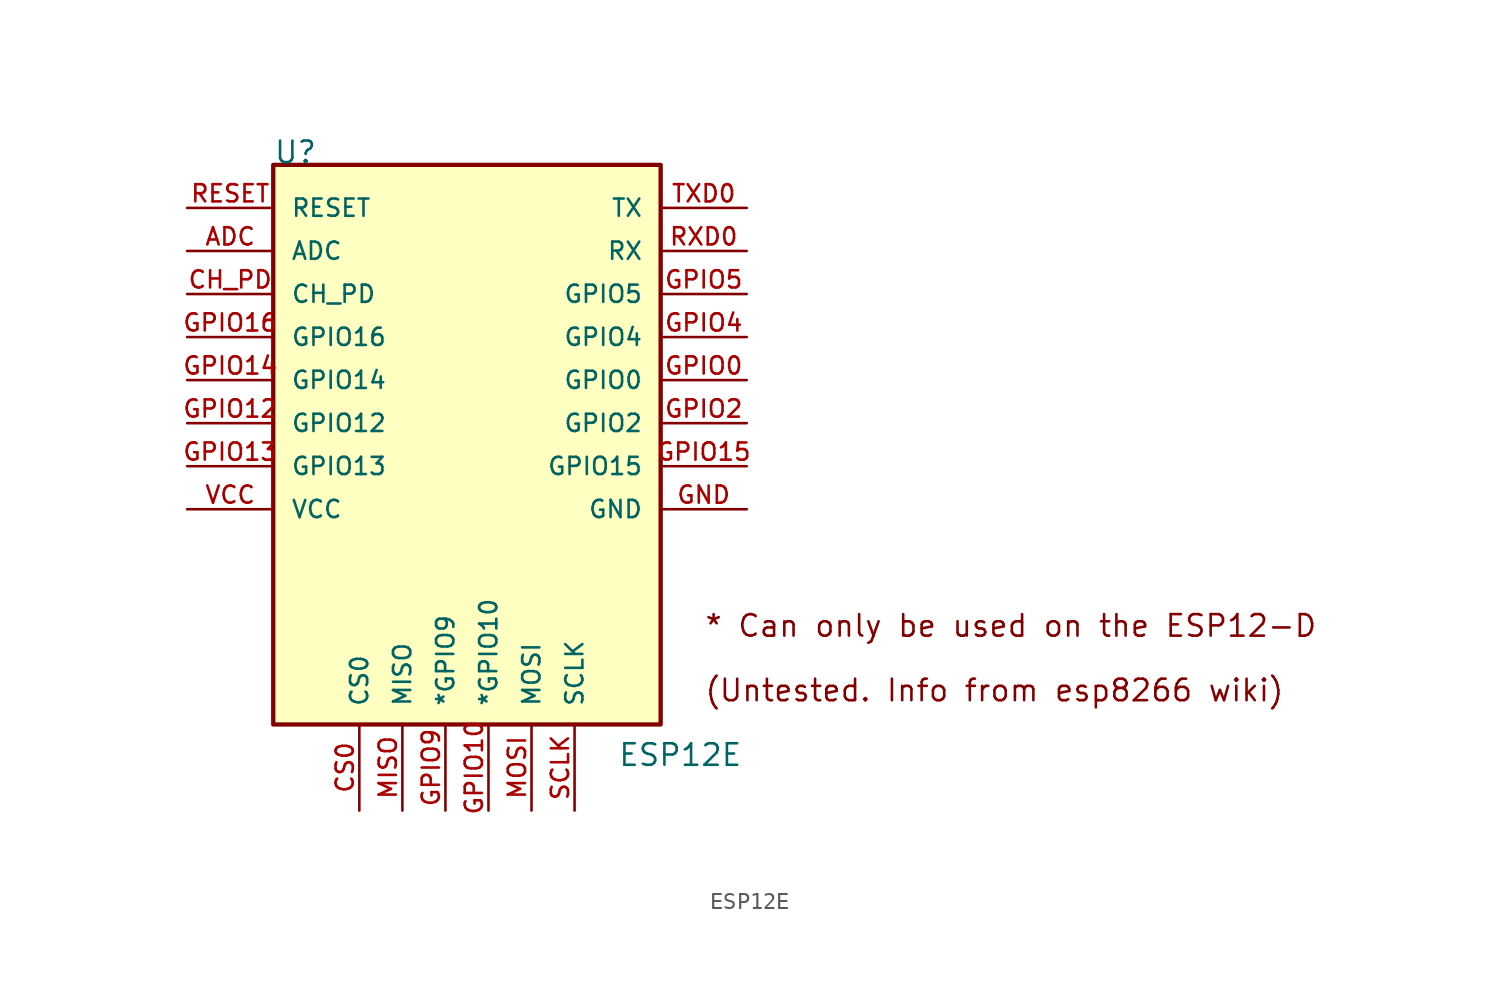
<source format=kicad_sym>
(kicad_symbol_lib
  (version 20211014)
  (generator kicad_symbol_editor)
  (symbol "ESP12E"
    (pin_names
      (offset 1.016))
    (property "Reference" "U"
      (at -12.7 10.16 0)
      (effects (font (size 1.27 1.27)) (justify bottom left)))
    (property "Value" "ESP12E"
      (at 7.62 -25.4 0)
      (effects (font (size 1.27 1.27)) (justify bottom left)))
    (symbol "ESP12E_0_0"
      (text "* Can only be used on the ESP12-D" (at 12.7 -17.78 0) (effects (font (size 1.27 1.27)) (justify bottom left)))
      (text "(Untested. Info from esp8266 wiki)" (at 12.7 -21.59 0) (effects (font (size 1.27 1.27)) (justify bottom left)))
      (rectangle (start -12.7 -22.86) (end 10.16 10.16) (stroke (width 0.254)) (fill (type background)))
      (pin bidirectional line (at -17.78 7.62 0) (length 5.08) (name "RESET" (effects (font (size 1.016 1.016)))) (number "RESET" (effects (font (size 1.016 1.016)))))
      (pin bidirectional line (at -17.78 5.08 0) (length 5.08) (name "ADC" (effects (font (size 1.016 1.016)))) (number "ADC" (effects (font (size 1.016 1.016)))))
      (pin bidirectional line (at -17.78 2.54 0) (length 5.08) (name "CH_PD" (effects (font (size 1.016 1.016)))) (number "CH_PD" (effects (font (size 1.016 1.016)))))
      (pin bidirectional line (at -17.78 0.0 0) (length 5.08) (name "GPIO16" (effects (font (size 1.016 1.016)))) (number "GPIO16" (effects (font (size 1.016 1.016)))))
      (pin bidirectional line (at -17.78 -2.54 0) (length 5.08) (name "GPIO14" (effects (font (size 1.016 1.016)))) (number "GPIO14" (effects (font (size 1.016 1.016)))))
      (pin bidirectional line (at -17.78 -5.08 0) (length 5.08) (name "GPIO12" (effects (font (size 1.016 1.016)))) (number "GPIO12" (effects (font (size 1.016 1.016)))))
      (pin bidirectional line (at -17.78 -7.62 0) (length 5.08) (name "GPIO13" (effects (font (size 1.016 1.016)))) (number "GPIO13" (effects (font (size 1.016 1.016)))))
      (pin bidirectional line (at -17.78 -10.16 0) (length 5.08) (name "VCC" (effects (font (size 1.016 1.016)))) (number "VCC" (effects (font (size 1.016 1.016)))))
      (pin bidirectional line (at 15.24 -10.16 180.0) (length 5.08) (name "GND" (effects (font (size 1.016 1.016)))) (number "GND" (effects (font (size 1.016 1.016)))))
      (pin bidirectional line (at 15.24 -7.62 180.0) (length 5.08) (name "GPIO15" (effects (font (size 1.016 1.016)))) (number "GPIO15" (effects (font (size 1.016 1.016)))))
      (pin bidirectional line (at 15.24 -5.08 180.0) (length 5.08) (name "GPIO2" (effects (font (size 1.016 1.016)))) (number "GPIO2" (effects (font (size 1.016 1.016)))))
      (pin bidirectional line (at 15.24 -2.54 180.0) (length 5.08) (name "GPIO0" (effects (font (size 1.016 1.016)))) (number "GPIO0" (effects (font (size 1.016 1.016)))))
      (pin bidirectional line (at 15.24 0.0 180.0) (length 5.08) (name "GPIO4" (effects (font (size 1.016 1.016)))) (number "GPIO4" (effects (font (size 1.016 1.016)))))
      (pin bidirectional line (at 15.24 2.54 180.0) (length 5.08) (name "GPIO5" (effects (font (size 1.016 1.016)))) (number "GPIO5" (effects (font (size 1.016 1.016)))))
      (pin bidirectional line (at 15.24 5.08 180.0) (length 5.08) (name "RX" (effects (font (size 1.016 1.016)))) (number "RXD0" (effects (font (size 1.016 1.016)))))
      (pin bidirectional line (at 15.24 7.62 180.0) (length 5.08) (name "TX" (effects (font (size 1.016 1.016)))) (number "TXD0" (effects (font (size 1.016 1.016)))))
      (pin bidirectional line (at -7.62 -27.94 90.0) (length 5.08) (name "CS0" (effects (font (size 1.016 1.016)))) (number "CS0" (effects (font (size 1.016 1.016)))))
      (pin bidirectional line (at -5.08 -27.94 90.0) (length 5.08) (name "MISO" (effects (font (size 1.016 1.016)))) (number "MISO" (effects (font (size 1.016 1.016)))))
      (pin bidirectional line (at -2.54 -27.94 90.0) (length 5.08) (name "*GPIO9" (effects (font (size 1.016 1.016)))) (number "GPIO9" (effects (font (size 1.016 1.016)))))
      (pin bidirectional line (at 0.0 -27.94 90.0) (length 5.08) (name "*GPIO10" (effects (font (size 1.016 1.016)))) (number "GPIO10" (effects (font (size 1.016 1.016)))))
      (pin bidirectional line (at 2.54 -27.94 90.0) (length 5.08) (name "MOSI" (effects (font (size 1.016 1.016)))) (number "MOSI" (effects (font (size 1.016 1.016)))))
      (pin bidirectional line (at 5.08 -27.94 90.0) (length 5.08) (name "SCLK" (effects (font (size 1.016 1.016)))) (number "SCLK" (effects (font (size 1.016 1.016))))))))
</source>
